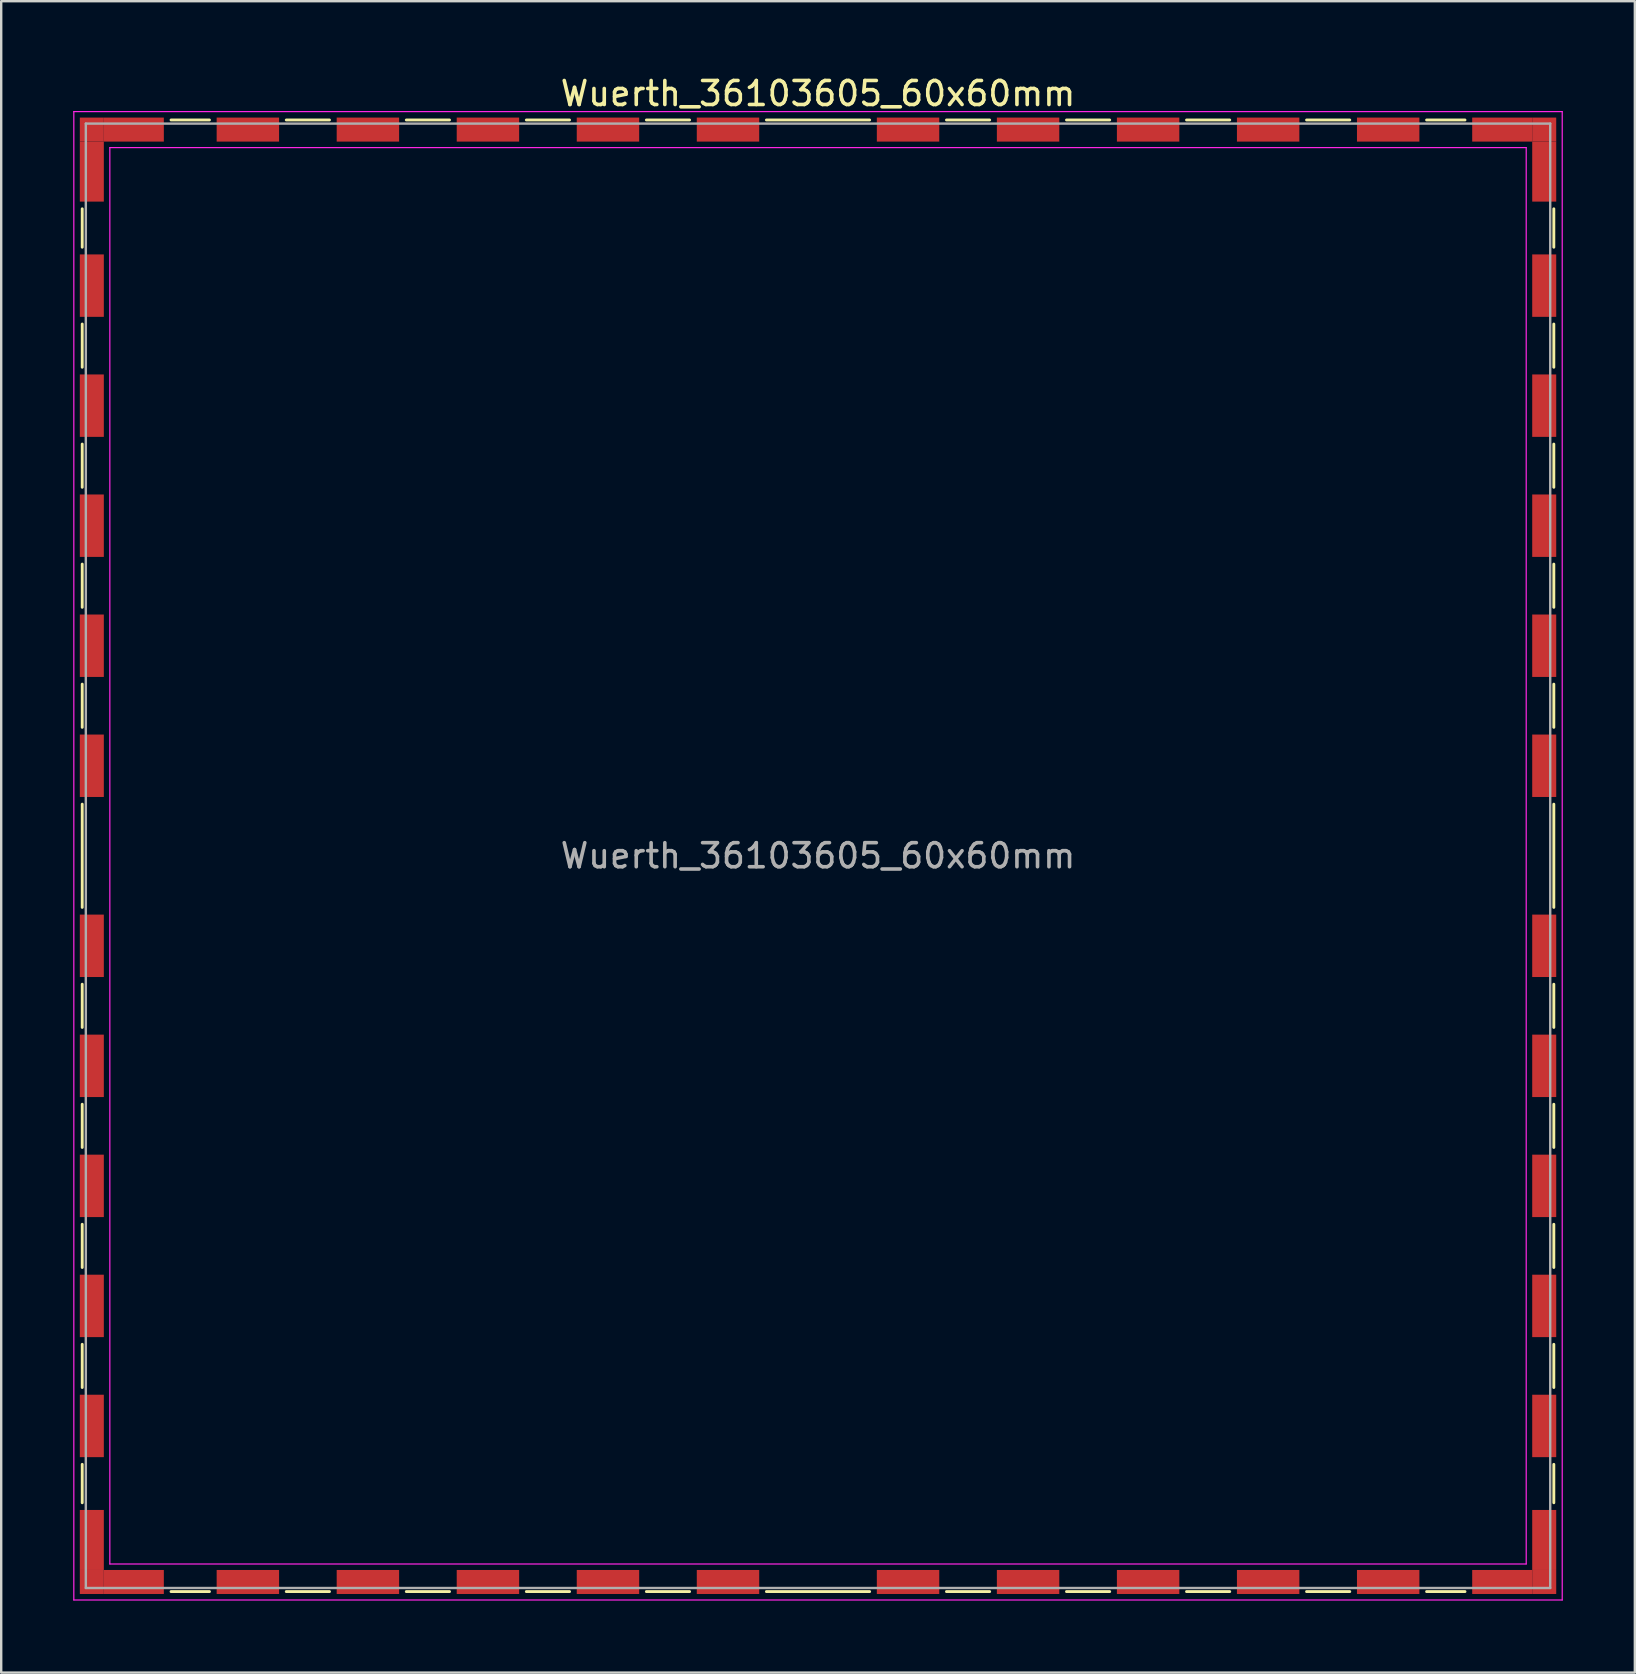
<source format=kicad_pcb>
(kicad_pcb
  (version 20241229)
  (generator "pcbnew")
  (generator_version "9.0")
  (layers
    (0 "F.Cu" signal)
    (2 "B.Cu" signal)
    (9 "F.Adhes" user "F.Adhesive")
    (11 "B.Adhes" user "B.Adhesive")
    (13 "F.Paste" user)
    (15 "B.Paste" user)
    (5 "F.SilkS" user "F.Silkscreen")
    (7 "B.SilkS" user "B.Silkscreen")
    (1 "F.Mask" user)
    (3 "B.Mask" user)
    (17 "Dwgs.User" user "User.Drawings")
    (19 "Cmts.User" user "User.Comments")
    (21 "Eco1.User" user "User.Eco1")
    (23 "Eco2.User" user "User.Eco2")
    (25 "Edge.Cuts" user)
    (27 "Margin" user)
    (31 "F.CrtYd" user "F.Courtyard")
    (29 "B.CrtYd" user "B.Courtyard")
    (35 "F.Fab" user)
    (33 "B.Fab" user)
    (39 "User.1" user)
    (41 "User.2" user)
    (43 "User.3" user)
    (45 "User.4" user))
  (footprint "Wuerth_36103605_60x60mm"
    (layer "F.Cu")
    (at 31.025 32.598)
    (property "Reference" "Wuerth_36103605_60x60mm" (at 0 -31.75 0) (layer "F.SilkS") (effects (font (size 1 1) (thickness 0.15))))
    (attr smd)
    (fp_line (start -30.65 -26.95) (end -30.65 -25.35) (stroke (width 0.12) (type solid)) (layer "F.SilkS"))
    (fp_line (start -30.65 -22.15) (end -30.65 -20.35) (stroke (width 0.12) (type solid)) (layer "F.SilkS"))
    (fp_line (start -30.65 -17.15) (end -30.65 -15.35) (stroke (width 0.12) (type solid)) (layer "F.SilkS"))
    (fp_line (start -30.65 -12.15) (end -30.65 -10.35) (stroke (width 0.12) (type solid)) (layer "F.SilkS"))
    (fp_line (start -30.65 -7.15) (end -30.65 -5.35) (stroke (width 0.12) (type solid)) (layer "F.SilkS"))
    (fp_line (start -30.65 -2.15) (end -30.65 2.15) (stroke (width 0.12) (type solid)) (layer "F.SilkS"))
    (fp_line (start -30.65 5.35) (end -30.65 7.15) (stroke (width 0.12) (type solid)) (layer "F.SilkS"))
    (fp_line (start -30.65 10.35) (end -30.65 12.15) (stroke (width 0.12) (type solid)) (layer "F.SilkS"))
    (fp_line (start -30.65 15.35) (end -30.65 17.15) (stroke (width 0.12) (type solid)) (layer "F.SilkS"))
    (fp_line (start -30.65 20.35) (end -30.65 22.15) (stroke (width 0.12) (type solid)) (layer "F.SilkS"))
    (fp_line (start -30.65 25.35) (end -30.65 26.95) (stroke (width 0.12) (type solid)) (layer "F.SilkS"))
    (fp_line (start -26.95 -30.65) (end -25.35 -30.65) (stroke (width 0.12) (type solid)) (layer "F.SilkS"))
    (fp_line (start -26.95 30.65) (end -25.35 30.65) (stroke (width 0.12) (type solid)) (layer "F.SilkS"))
    (fp_line (start -22.15 -30.65) (end -20.35 -30.65) (stroke (width 0.12) (type solid)) (layer "F.SilkS"))
    (fp_line (start -22.15 30.65) (end -20.35 30.65) (stroke (width 0.12) (type solid)) (layer "F.SilkS"))
    (fp_line (start -17.15 -30.65) (end -15.35 -30.65) (stroke (width 0.12) (type solid)) (layer "F.SilkS"))
    (fp_line (start -17.15 30.65) (end -15.35 30.65) (stroke (width 0.12) (type solid)) (layer "F.SilkS"))
    (fp_line (start -12.15 -30.65) (end -10.35 -30.65) (stroke (width 0.12) (type solid)) (layer "F.SilkS"))
    (fp_line (start -12.15 30.65) (end -10.35 30.65) (stroke (width 0.12) (type solid)) (layer "F.SilkS"))
    (fp_line (start -7.15 -30.65) (end -5.35 -30.65) (stroke (width 0.12) (type solid)) (layer "F.SilkS"))
    (fp_line (start -7.15 30.65) (end -5.35 30.65) (stroke (width 0.12) (type solid)) (layer "F.SilkS"))
    (fp_line (start -2.15 -30.65) (end 2.15 -30.65) (stroke (width 0.12) (type solid)) (layer "F.SilkS"))
    (fp_line (start -2.15 30.65) (end 2.15 30.65) (stroke (width 0.12) (type solid)) (layer "F.SilkS"))
    (fp_line (start 5.35 -30.65) (end 7.15 -30.65) (stroke (width 0.12) (type solid)) (layer "F.SilkS"))
    (fp_line (start 5.35 30.65) (end 7.15 30.65) (stroke (width 0.12) (type solid)) (layer "F.SilkS"))
    (fp_line (start 10.35 -30.65) (end 12.15 -30.65) (stroke (width 0.12) (type solid)) (layer "F.SilkS"))
    (fp_line (start 10.35 30.65) (end 12.15 30.65) (stroke (width 0.12) (type solid)) (layer "F.SilkS"))
    (fp_line (start 15.35 -30.65) (end 17.15 -30.65) (stroke (width 0.12) (type solid)) (layer "F.SilkS"))
    (fp_line (start 15.35 30.65) (end 17.15 30.65) (stroke (width 0.12) (type solid)) (layer "F.SilkS"))
    (fp_line (start 20.35 -30.65) (end 22.15 -30.65) (stroke (width 0.12) (type solid)) (layer "F.SilkS"))
    (fp_line (start 20.35 30.65) (end 22.15 30.65) (stroke (width 0.12) (type solid)) (layer "F.SilkS"))
    (fp_line (start 25.35 -30.65) (end 26.95 -30.65) (stroke (width 0.12) (type solid)) (layer "F.SilkS"))
    (fp_line (start 25.35 30.65) (end 26.95 30.65) (stroke (width 0.12) (type solid)) (layer "F.SilkS"))
    (fp_line (start 30.65 -26.95) (end 30.65 -25.35) (stroke (width 0.12) (type solid)) (layer "F.SilkS"))
    (fp_line (start 30.65 -22.15) (end 30.65 -20.35) (stroke (width 0.12) (type solid)) (layer "F.SilkS"))
    (fp_line (start 30.65 -17.15) (end 30.65 -15.35) (stroke (width 0.12) (type solid)) (layer "F.SilkS"))
    (fp_line (start 30.65 -12.15) (end 30.65 -10.35) (stroke (width 0.12) (type solid)) (layer "F.SilkS"))
    (fp_line (start 30.65 -7.15) (end 30.65 -5.35) (stroke (width 0.12) (type solid)) (layer "F.SilkS"))
    (fp_line (start 30.65 -2.15) (end 30.65 2.15) (stroke (width 0.12) (type solid)) (layer "F.SilkS"))
    (fp_line (start 30.65 5.35) (end 30.65 7.15) (stroke (width 0.12) (type solid)) (layer "F.SilkS"))
    (fp_line (start 30.65 10.35) (end 30.65 12.15) (stroke (width 0.12) (type solid)) (layer "F.SilkS"))
    (fp_line (start 30.65 15.35) (end 30.65 17.15) (stroke (width 0.12) (type solid)) (layer "F.SilkS"))
    (fp_line (start 30.65 20.35) (end 30.65 22.15) (stroke (width 0.12) (type solid)) (layer "F.SilkS"))
    (fp_line (start 30.65 25.35) (end 30.65 26.95) (stroke (width 0.12) (type solid)) (layer "F.SilkS"))
    (fp_line (start -31 -31) (end -31 31) (stroke (width 0.05) (type solid)) (layer "F.CrtYd"))
    (fp_line (start -31 31) (end 31 31) (stroke (width 0.05) (type solid)) (layer "F.CrtYd"))
    (fp_line (start -29.5 -29.5) (end -29.5 29.5) (stroke (width 0.05) (type solid)) (layer "F.CrtYd"))
    (fp_line (start -29.5 29.5) (end 29.5 29.5) (stroke (width 0.05) (type solid)) (layer "F.CrtYd"))
    (fp_line (start 29.5 -29.5) (end -29.5 -29.5) (stroke (width 0.05) (type solid)) (layer "F.CrtYd"))
    (fp_line (start 29.5 29.5) (end 29.5 -29.5) (stroke (width 0.05) (type solid)) (layer "F.CrtYd"))
    (fp_line (start 31 -31) (end -31 -31) (stroke (width 0.05) (type solid)) (layer "F.CrtYd"))
    (fp_line (start 31 31) (end 31 -31) (stroke (width 0.05) (type solid)) (layer "F.CrtYd"))
    (fp_line (start -30.5 -30.5) (end -30.5 30.5) (stroke (width 0.1) (type solid)) (layer "F.Fab"))
    (fp_line (start -30.5 30.5) (end 30.5 30.5) (stroke (width 0.1) (type solid)) (layer "F.Fab"))
    (fp_line (start 30.5 -30.5) (end -30.5 -30.5) (stroke (width 0.1) (type solid)) (layer "F.Fab"))
    (fp_line (start 30.5 30.5) (end 30.5 -30.5) (stroke (width 0.1) (type solid)) (layer "F.Fab"))
    (fp_text user "${REFERENCE}" (at 0 0 0) (layer "F.Fab") (effects (font (size 1 1) (thickness 0.15))))
    (pad "1" smd rect (at -30.25 -30.25) (size 1 1) (layers "F.Cu" "F.Mask" "F.Paste"))
    (pad "1" smd rect (at -30.25 -28.5) (size 1 2.5) (layers "F.Cu" "F.Mask" "F.Paste"))
    (pad "1" smd rect (at -30.25 -23.75) (size 1 2.6) (layers "F.Cu" "F.Mask" "F.Paste"))
    (pad "1" smd rect (at -30.25 -18.75) (size 1 2.6) (layers "F.Cu" "F.Mask" "F.Paste"))
    (pad "1" smd rect (at -30.25 -13.75) (size 1 2.6) (layers "F.Cu" "F.Mask" "F.Paste"))
    (pad "1" smd rect (at -30.25 -8.75) (size 1 2.6) (layers "F.Cu" "F.Mask" "F.Paste"))
    (pad "1" smd rect (at -30.25 -3.75) (size 1 2.6) (layers "F.Cu" "F.Mask" "F.Paste"))
    (pad "1" smd rect (at -30.25 3.75) (size 1 2.6) (layers "F.Cu" "F.Mask" "F.Paste"))
    (pad "1" smd rect (at -30.25 8.75) (size 1 2.6) (layers "F.Cu" "F.Mask" "F.Paste"))
    (pad "1" smd rect (at -30.25 13.75) (size 1 2.6) (layers "F.Cu" "F.Mask" "F.Paste"))
    (pad "1" smd rect (at -30.25 18.75) (size 1 2.6) (layers "F.Cu" "F.Mask" "F.Paste"))
    (pad "1" smd rect (at -30.25 23.75) (size 1 2.6) (layers "F.Cu" "F.Mask" "F.Paste"))
    (pad "1" smd rect (at -30.25 28.5) (size 1 2.5) (layers "F.Cu" "F.Mask" "F.Paste"))
    (pad "1" smd rect (at -30.25 30.25) (size 1 1) (layers "F.Cu" "F.Mask" "F.Paste"))
    (pad "1" smd rect (at -28.5 -30.25) (size 2.5 1) (layers "F.Cu" "F.Mask" "F.Paste"))
    (pad "1" smd rect (at -28.5 30.25) (size 2.5 1) (layers "F.Cu" "F.Mask" "F.Paste"))
    (pad "1" smd rect (at -23.75 -30.25) (size 2.6 1) (layers "F.Cu" "F.Mask" "F.Paste"))
    (pad "1" smd rect (at -23.75 30.25) (size 2.6 1) (layers "F.Cu" "F.Mask" "F.Paste"))
    (pad "1" smd rect (at -18.75 -30.25) (size 2.6 1) (layers "F.Cu" "F.Mask" "F.Paste"))
    (pad "1" smd rect (at -18.75 30.25) (size 2.6 1) (layers "F.Cu" "F.Mask" "F.Paste"))
    (pad "1" smd rect (at -13.75 -30.25) (size 2.6 1) (layers "F.Cu" "F.Mask" "F.Paste"))
    (pad "1" smd rect (at -13.75 30.25) (size 2.6 1) (layers "F.Cu" "F.Mask" "F.Paste"))
    (pad "1" smd rect (at -8.75 -30.25) (size 2.6 1) (layers "F.Cu" "F.Mask" "F.Paste"))
    (pad "1" smd rect (at -8.75 30.25) (size 2.6 1) (layers "F.Cu" "F.Mask" "F.Paste"))
    (pad "1" smd rect (at -3.75 -30.25) (size 2.6 1) (layers "F.Cu" "F.Mask" "F.Paste"))
    (pad "1" smd rect (at -3.75 30.25) (size 2.6 1) (layers "F.Cu" "F.Mask" "F.Paste"))
    (pad "1" smd rect (at 3.75 -30.25) (size 2.6 1) (layers "F.Cu" "F.Mask" "F.Paste"))
    (pad "1" smd rect (at 3.75 30.25) (size 2.6 1) (layers "F.Cu" "F.Mask" "F.Paste"))
    (pad "1" smd rect (at 8.75 -30.25) (size 2.6 1) (layers "F.Cu" "F.Mask" "F.Paste"))
    (pad "1" smd rect (at 8.75 30.25) (size 2.6 1) (layers "F.Cu" "F.Mask" "F.Paste"))
    (pad "1" smd rect (at 13.75 -30.25) (size 2.6 1) (layers "F.Cu" "F.Mask" "F.Paste"))
    (pad "1" smd rect (at 13.75 30.25) (size 2.6 1) (layers "F.Cu" "F.Mask" "F.Paste"))
    (pad "1" smd rect (at 18.75 -30.25) (size 2.6 1) (layers "F.Cu" "F.Mask" "F.Paste"))
    (pad "1" smd rect (at 18.75 30.25) (size 2.6 1) (layers "F.Cu" "F.Mask" "F.Paste"))
    (pad "1" smd rect (at 23.75 -30.25) (size 2.6 1) (layers "F.Cu" "F.Mask" "F.Paste"))
    (pad "1" smd rect (at 23.75 30.25) (size 2.6 1) (layers "F.Cu" "F.Mask" "F.Paste"))
    (pad "1" smd rect (at 28.5 -30.25) (size 2.5 1) (layers "F.Cu" "F.Mask" "F.Paste"))
    (pad "1" smd rect (at 28.5 30.25) (size 2.5 1) (layers "F.Cu" "F.Mask" "F.Paste"))
    (pad "1" smd rect (at 30.25 -30.25) (size 1 1) (layers "F.Cu" "F.Mask" "F.Paste"))
    (pad "1" smd rect (at 30.25 -28.5) (size 1 2.5) (layers "F.Cu" "F.Mask" "F.Paste"))
    (pad "1" smd rect (at 30.25 -23.75) (size 1 2.6) (layers "F.Cu" "F.Mask" "F.Paste"))
    (pad "1" smd rect (at 30.25 -18.75) (size 1 2.6) (layers "F.Cu" "F.Mask" "F.Paste"))
    (pad "1" smd rect (at 30.25 -13.75) (size 1 2.6) (layers "F.Cu" "F.Mask" "F.Paste"))
    (pad "1" smd rect (at 30.25 -8.75) (size 1 2.6) (layers "F.Cu" "F.Mask" "F.Paste"))
    (pad "1" smd rect (at 30.25 -3.75) (size 1 2.6) (layers "F.Cu" "F.Mask" "F.Paste"))
    (pad "1" smd rect (at 30.25 3.75) (size 1 2.6) (layers "F.Cu" "F.Mask" "F.Paste"))
    (pad "1" smd rect (at 30.25 8.75) (size 1 2.6) (layers "F.Cu" "F.Mask" "F.Paste"))
    (pad "1" smd rect (at 30.25 13.75) (size 1 2.6) (layers "F.Cu" "F.Mask" "F.Paste"))
    (pad "1" smd rect (at 30.25 18.75) (size 1 2.6) (layers "F.Cu" "F.Mask" "F.Paste"))
    (pad "1" smd rect (at 30.25 23.75) (size 1 2.6) (layers "F.Cu" "F.Mask" "F.Paste"))
    (pad "1" smd rect (at 30.25 28.5) (size 1 2.5) (layers "F.Cu" "F.Mask" "F.Paste"))
    (pad "1" smd rect (at 30.25 30.25) (size 1 1) (layers "F.Cu" "F.Mask" "F.Paste")))
  (gr_rect
    (start -3 -3)
    (end 65.05 66.623)
    (stroke (width 0.1) (type default))
    (fill no)
    (layer "Edge.Cuts")))
</source>
